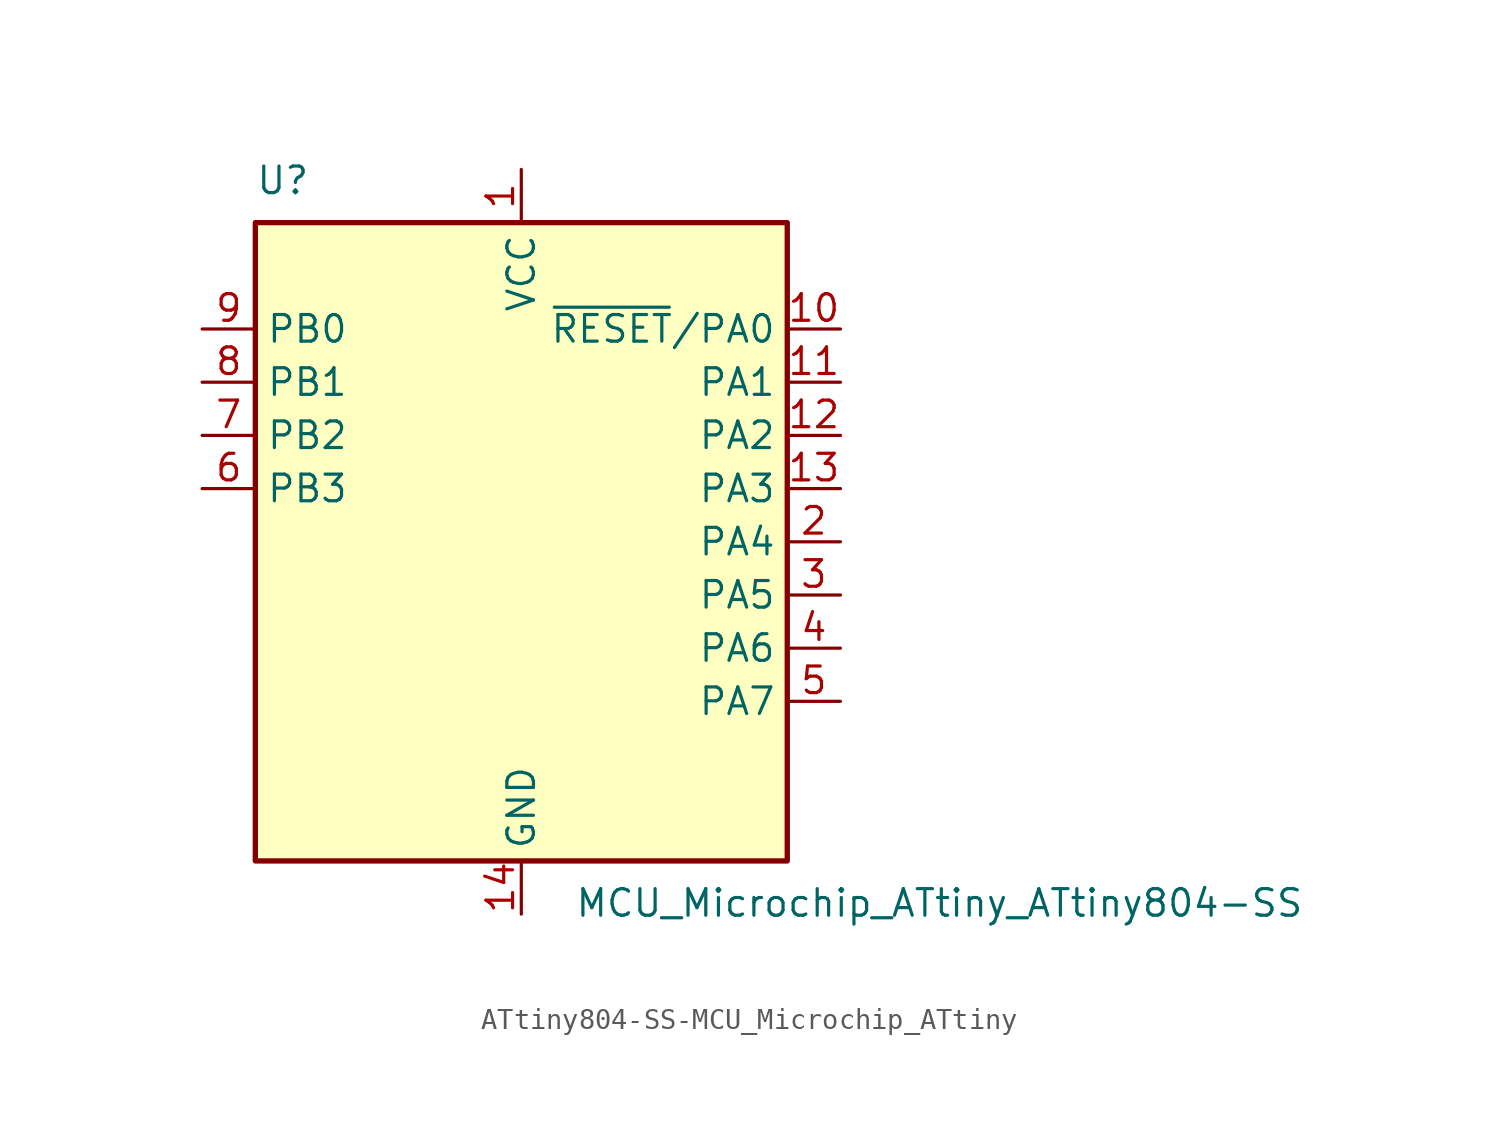
<source format=kicad_sym>
(kicad_symbol_lib
  (version 20231120)
  (generator "kicad_symbol_editor")
  (generator_version "8.0")
  (symbol "ATtiny804-SS-MCU_Microchip_ATtiny"
    (property "Reference" "U"
      (at -12.7 16.51 0)
      (effects (font (size 1.27 1.27)) (justify left bottom)))
    (property "Value" "MCU_Microchip_ATtiny_ATtiny804-SS"
      (at 2.54 -16.51 0)
      (effects (font (size 1.27 1.27)) (justify left top)))
    (symbol "ATtiny804-SS-MCU_Microchip_ATtiny_0_1"
      (rectangle (start -12.7 -15.24) (end 12.7 15.24) (stroke (width 0.254) (type solid)) (fill (type background))))
    (symbol "ATtiny804-SS-MCU_Microchip_ATtiny_1_1"
      (pin power_in line (at 0 17.78 270) (length 2.54) (name "VCC" (effects (font (size 1.27 1.27)))) (number "1" (effects (font (size 1.27 1.27)))))
      (pin tri_state line (at 15.24 10.16 180) (length 2.54) (name "~{RESET}/PA0" (effects (font (size 1.27 1.27)))) (number "10" (effects (font (size 1.27 1.27)))))
      (pin tri_state line (at 15.24 7.62 180) (length 2.54) (name "PA1" (effects (font (size 1.27 1.27)))) (number "11" (effects (font (size 1.27 1.27)))))
      (pin tri_state line (at 15.24 5.08 180) (length 2.54) (name "PA2" (effects (font (size 1.27 1.27)))) (number "12" (effects (font (size 1.27 1.27)))))
      (pin tri_state line (at 15.24 2.54 180) (length 2.54) (name "PA3" (effects (font (size 1.27 1.27)))) (number "13" (effects (font (size 1.27 1.27)))))
      (pin power_in line (at 0 -17.78 90) (length 2.54) (name "GND" (effects (font (size 1.27 1.27)))) (number "14" (effects (font (size 1.27 1.27)))))
      (pin tri_state line (at 15.24 0 180) (length 2.54) (name "PA4" (effects (font (size 1.27 1.27)))) (number "2" (effects (font (size 1.27 1.27)))))
      (pin tri_state line (at 15.24 -2.54 180) (length 2.54) (name "PA5" (effects (font (size 1.27 1.27)))) (number "3" (effects (font (size 1.27 1.27)))))
      (pin tri_state line (at 15.24 -5.08 180) (length 2.54) (name "PA6" (effects (font (size 1.27 1.27)))) (number "4" (effects (font (size 1.27 1.27)))))
      (pin tri_state line (at 15.24 -7.62 180) (length 2.54) (name "PA7" (effects (font (size 1.27 1.27)))) (number "5" (effects (font (size 1.27 1.27)))))
      (pin tri_state line (at -15.24 2.54 0) (length 2.54) (name "PB3" (effects (font (size 1.27 1.27)))) (number "6" (effects (font (size 1.27 1.27)))))
      (pin tri_state line (at -15.24 5.08 0) (length 2.54) (name "PB2" (effects (font (size 1.27 1.27)))) (number "7" (effects (font (size 1.27 1.27)))))
      (pin tri_state line (at -15.24 7.62 0) (length 2.54) (name "PB1" (effects (font (size 1.27 1.27)))) (number "8" (effects (font (size 1.27 1.27)))))
      (pin tri_state line (at -15.24 10.16 0) (length 2.54) (name "PB0" (effects (font (size 1.27 1.27)))) (number "9" (effects (font (size 1.27 1.27))))))))
</source>
